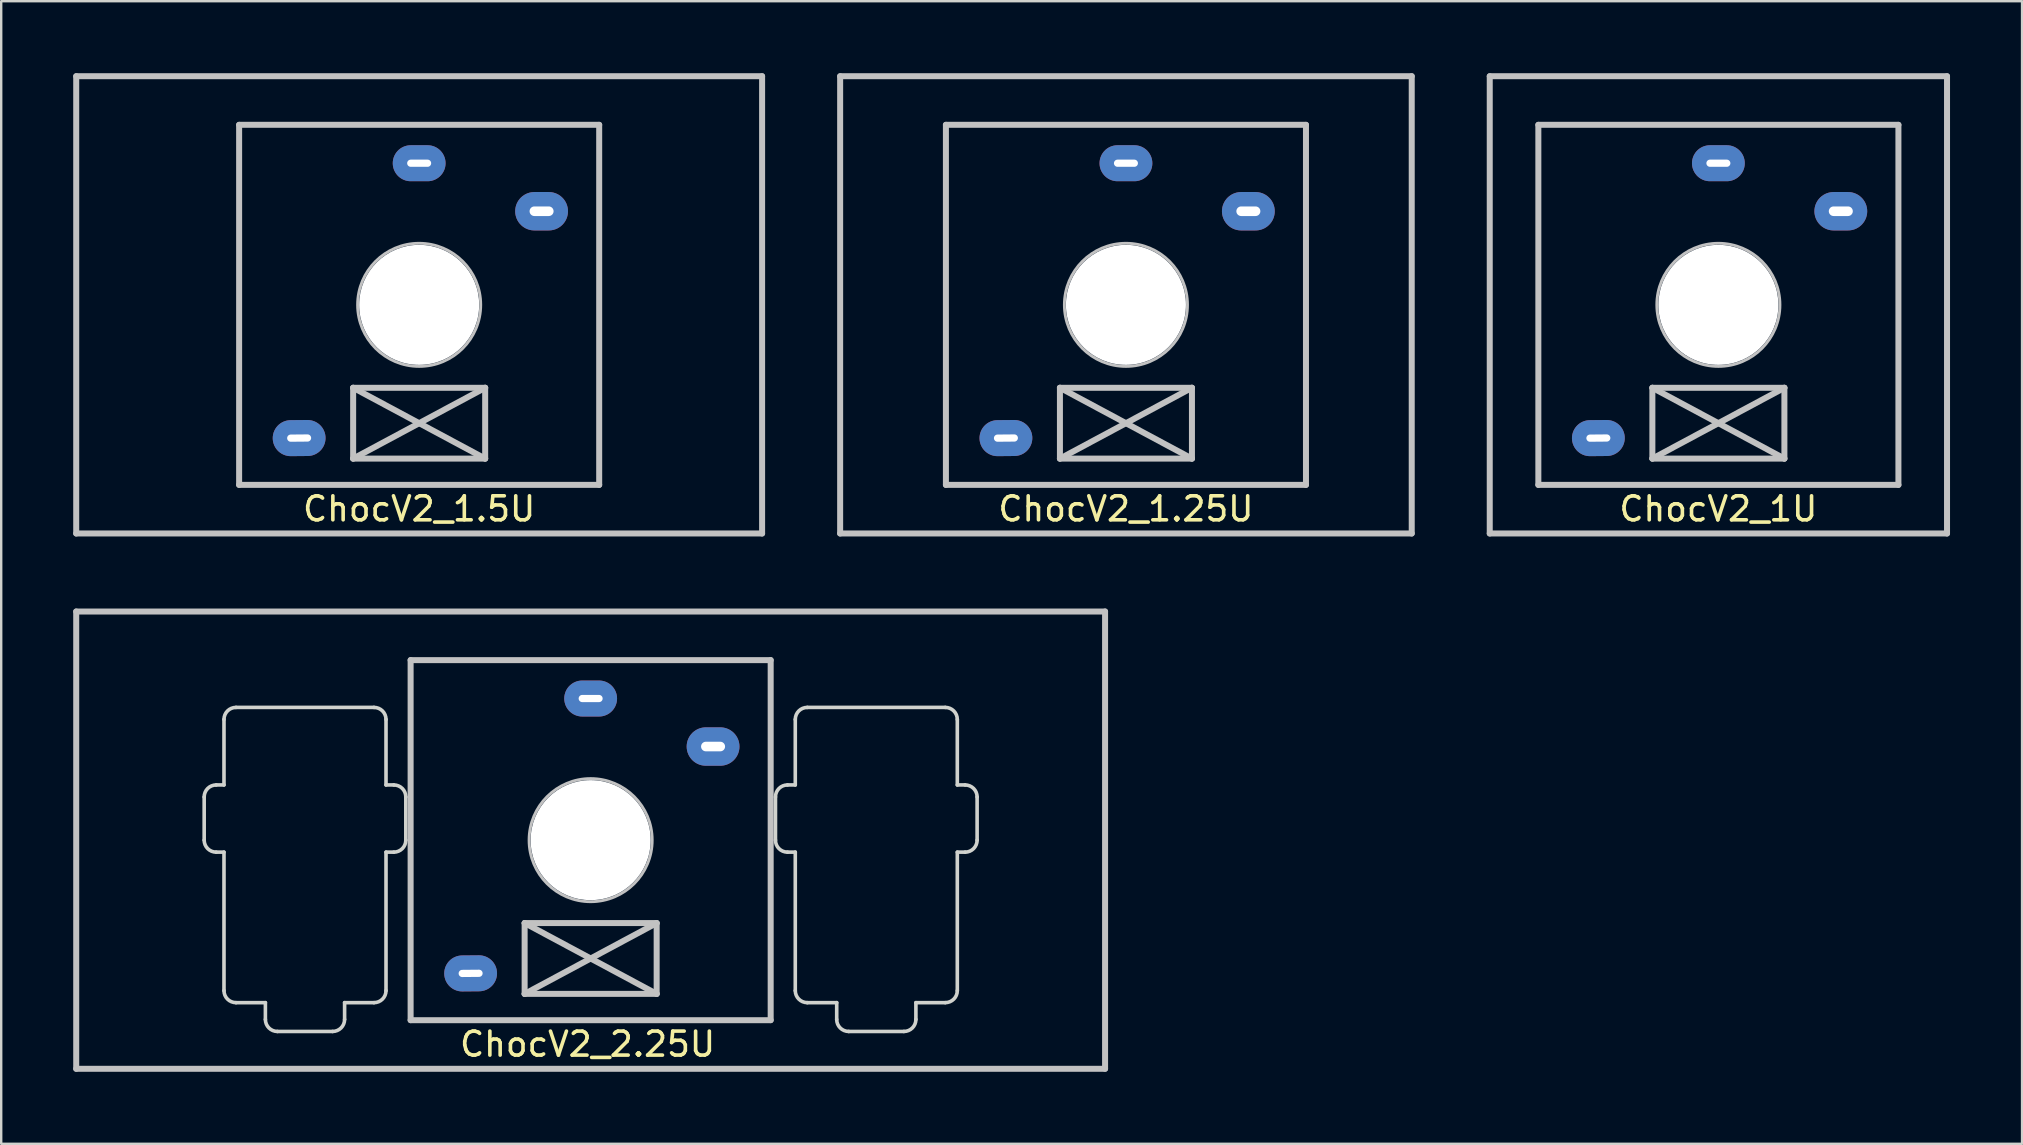
<source format=kicad_pcb>
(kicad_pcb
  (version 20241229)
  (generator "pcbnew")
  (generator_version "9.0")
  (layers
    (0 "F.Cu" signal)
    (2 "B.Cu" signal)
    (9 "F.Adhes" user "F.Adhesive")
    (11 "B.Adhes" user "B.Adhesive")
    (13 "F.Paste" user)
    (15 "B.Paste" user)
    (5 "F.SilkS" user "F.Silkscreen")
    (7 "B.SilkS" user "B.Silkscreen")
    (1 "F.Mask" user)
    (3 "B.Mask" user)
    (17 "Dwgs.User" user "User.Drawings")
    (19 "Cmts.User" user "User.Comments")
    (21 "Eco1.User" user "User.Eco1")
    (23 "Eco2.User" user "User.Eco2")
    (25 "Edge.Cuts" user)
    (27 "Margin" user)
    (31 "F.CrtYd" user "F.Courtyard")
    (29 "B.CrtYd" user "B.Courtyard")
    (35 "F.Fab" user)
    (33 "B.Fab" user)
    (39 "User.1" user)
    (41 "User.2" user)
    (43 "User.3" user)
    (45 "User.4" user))
  (footprint "ChocV2_1U"
    (layer "F.Cu")
    (at 68.537 9.65)
    (property "Reference" "ChocV2_1U" (at 0 8.5 0) (layer "F.SilkS") (effects (font (size 1 1) (thickness 0.15))))
    (attr through_hole)
    (fp_line (start -9.525 9.525) (end -9.525 -9.525) (stroke (width 0.25) (type solid)) (layer "Dwgs.User"))
    (fp_line (start -9.525 9.525) (end 9.525 9.525) (stroke (width 0.25) (type solid)) (layer "Dwgs.User"))
    (fp_line (start -7.5 -7.5) (end 7.5 -7.5) (stroke (width 0.25) (type solid)) (layer "Dwgs.User"))
    (fp_line (start -7.5 7.5) (end -7.5 -7.5) (stroke (width 0.25) (type solid)) (layer "Dwgs.User"))
    (fp_line (start -2.75 3.455) (end -2.75 6.405) (stroke (width 0.25) (type solid)) (layer "Dwgs.User"))
    (fp_line (start -2.75 3.455) (end 2.75 6.405) (stroke (width 0.25) (type solid)) (layer "Dwgs.User"))
    (fp_line (start -2.75 6.405) (end 2.75 3.455) (stroke (width 0.25) (type solid)) (layer "Dwgs.User"))
    (fp_line (start -2.75 6.405) (end 2.75 6.405) (stroke (width 0.25) (type solid)) (layer "Dwgs.User"))
    (fp_line (start 2.75 3.455) (end -2.75 3.455) (stroke (width 0.25) (type solid)) (layer "Dwgs.User"))
    (fp_line (start 2.75 6.405) (end 2.75 3.455) (stroke (width 0.25) (type solid)) (layer "Dwgs.User"))
    (fp_line (start 7.5 -7.5) (end 7.5 7.5) (stroke (width 0.25) (type solid)) (layer "Dwgs.User"))
    (fp_line (start 7.5 7.5) (end -7.5 7.5) (stroke (width 0.25) (type solid)) (layer "Dwgs.User"))
    (fp_line (start 9.525 -9.525) (end -9.525 -9.525) (stroke (width 0.25) (type solid)) (layer "Dwgs.User"))
    (fp_line (start 9.525 -9.525) (end 9.525 9.525) (stroke (width 0.25) (type solid)) (layer "Dwgs.User"))
    (fp_circle (center 0 0) (end -0.711 -2.464) (stroke (width 0.12) (type solid)) (fill no) (layer "Dwgs.User"))
    (pad "" np_thru_hole circle (at 0 0 90) (size 5 5) (drill 5) (layers "*.Cu" "*.Mask"))
    (pad "1" thru_hole oval (at 5.1 -3.9 180) (size 2.2 1.6) (drill oval 1 0.4) (layers "*.Cu" "B.Mask"))
    (pad "2" thru_hole oval (at 0 -5.9 180) (size 2.2 1.5) (drill oval 1 0.3) (layers "*.Cu" "B.Mask"))
    (pad "NC" thru_hole oval (at -5 5.55 180.5) (size 2.2 1.5) (drill oval 1 0.3) (layers "*.Cu" "B.Mask")))
  (footprint "ChocV2_1.25U"
    (layer "F.Cu")
    (at 43.856 9.65)
    (property "Reference" "ChocV2_1.25U" (at 0 8.5 0) (layer "F.SilkS") (effects (font (size 1 1) (thickness 0.15))))
    (attr through_hole)
    (fp_line (start -11.906 9.525) (end -11.906 -9.525) (stroke (width 0.25) (type solid)) (layer "Dwgs.User"))
    (fp_line (start -11.906 9.525) (end 11.906 9.525) (stroke (width 0.25) (type solid)) (layer "Dwgs.User"))
    (fp_line (start -7.5 -7.5) (end 7.5 -7.5) (stroke (width 0.25) (type solid)) (layer "Dwgs.User"))
    (fp_line (start -7.5 7.5) (end -7.5 -7.5) (stroke (width 0.25) (type solid)) (layer "Dwgs.User"))
    (fp_line (start -2.75 3.455) (end -2.75 6.405) (stroke (width 0.25) (type solid)) (layer "Dwgs.User"))
    (fp_line (start -2.75 3.455) (end 2.75 6.405) (stroke (width 0.25) (type solid)) (layer "Dwgs.User"))
    (fp_line (start -2.75 6.405) (end 2.75 3.455) (stroke (width 0.25) (type solid)) (layer "Dwgs.User"))
    (fp_line (start -2.75 6.405) (end 2.75 6.405) (stroke (width 0.25) (type solid)) (layer "Dwgs.User"))
    (fp_line (start 2.75 3.455) (end -2.75 3.455) (stroke (width 0.25) (type solid)) (layer "Dwgs.User"))
    (fp_line (start 2.75 6.405) (end 2.75 3.455) (stroke (width 0.25) (type solid)) (layer "Dwgs.User"))
    (fp_line (start 7.5 -7.5) (end 7.5 7.5) (stroke (width 0.25) (type solid)) (layer "Dwgs.User"))
    (fp_line (start 7.5 7.5) (end -7.5 7.5) (stroke (width 0.25) (type solid)) (layer "Dwgs.User"))
    (fp_line (start 11.906 -9.525) (end -11.906 -9.525) (stroke (width 0.25) (type solid)) (layer "Dwgs.User"))
    (fp_line (start 11.906 -9.525) (end 11.906 9.525) (stroke (width 0.25) (type solid)) (layer "Dwgs.User"))
    (fp_circle (center 0 0) (end -0.711 -2.464) (stroke (width 0.12) (type solid)) (fill no) (layer "Dwgs.User"))
    (pad "" np_thru_hole circle (at 0 0 90) (size 5 5) (drill 5) (layers "*.Cu" "*.Mask"))
    (pad "1" thru_hole oval (at 5.1 -3.9 180) (size 2.2 1.6) (drill oval 1 0.4) (layers "*.Cu" "B.Mask"))
    (pad "2" thru_hole oval (at 0 -5.9 180) (size 2.2 1.5) (drill oval 1 0.3) (layers "*.Cu" "B.Mask"))
    (pad "NC" thru_hole oval (at -5 5.55 180.5) (size 2.2 1.5) (drill oval 1 0.3) (layers "*.Cu" "B.Mask")))
  (footprint "ChocV2_1.5U"
    (layer "F.Cu")
    (at 14.412 9.65)
    (property "Reference" "ChocV2_1.5U" (at 0 8.5 0) (layer "F.SilkS") (effects (font (size 1 1) (thickness 0.15))))
    (attr through_hole)
    (fp_line (start -14.287 9.525) (end -14.287 -9.525) (stroke (width 0.25) (type solid)) (layer "Dwgs.User"))
    (fp_line (start -14.287 9.525) (end 14.287 9.525) (stroke (width 0.25) (type solid)) (layer "Dwgs.User"))
    (fp_line (start -7.5 -7.5) (end 7.5 -7.5) (stroke (width 0.25) (type solid)) (layer "Dwgs.User"))
    (fp_line (start -7.5 7.5) (end -7.5 -7.5) (stroke (width 0.25) (type solid)) (layer "Dwgs.User"))
    (fp_line (start -2.75 3.455) (end -2.75 6.405) (stroke (width 0.25) (type solid)) (layer "Dwgs.User"))
    (fp_line (start -2.75 3.455) (end 2.75 6.405) (stroke (width 0.25) (type solid)) (layer "Dwgs.User"))
    (fp_line (start -2.75 6.405) (end 2.75 3.455) (stroke (width 0.25) (type solid)) (layer "Dwgs.User"))
    (fp_line (start -2.75 6.405) (end 2.75 6.405) (stroke (width 0.25) (type solid)) (layer "Dwgs.User"))
    (fp_line (start 2.75 3.455) (end -2.75 3.455) (stroke (width 0.25) (type solid)) (layer "Dwgs.User"))
    (fp_line (start 2.75 6.405) (end 2.75 3.455) (stroke (width 0.25) (type solid)) (layer "Dwgs.User"))
    (fp_line (start 7.5 -7.5) (end 7.5 7.5) (stroke (width 0.25) (type solid)) (layer "Dwgs.User"))
    (fp_line (start 7.5 7.5) (end -7.5 7.5) (stroke (width 0.25) (type solid)) (layer "Dwgs.User"))
    (fp_line (start 14.287 -9.525) (end -14.287 -9.525) (stroke (width 0.25) (type solid)) (layer "Dwgs.User"))
    (fp_line (start 14.287 -9.525) (end 14.287 9.525) (stroke (width 0.25) (type solid)) (layer "Dwgs.User"))
    (fp_circle (center 0 0) (end -0.711 -2.464) (stroke (width 0.12) (type solid)) (fill no) (layer "Dwgs.User"))
    (pad "" np_thru_hole circle (at 0 0 90) (size 5 5) (drill 5) (layers "*.Cu" "*.Mask"))
    (pad "1" thru_hole oval (at 5.1 -3.9 180) (size 2.2 1.6) (drill oval 1 0.4) (layers "*.Cu" "B.Mask"))
    (pad "2" thru_hole oval (at 0 -5.9 180) (size 2.2 1.5) (drill oval 1 0.3) (layers "*.Cu" "B.Mask"))
    (pad "NC" thru_hole oval (at -5 5.55 180.5) (size 2.2 1.5) (drill oval 1 0.3) (layers "*.Cu" "B.Mask")))
  (footprint "ChocV2_2.25U"
    (layer "F.Cu")
    (at 21.556 31.95)
    (property "Reference" "ChocV2_2.25U" (at -0.127 8.5 0) (layer "F.SilkS") (effects (font (size 1 1) (thickness 0.15))))
    (attr through_hole)
    (fp_line (start -21.431 -9.525) (end 21.431 -9.525) (stroke (width 0.25) (type solid)) (layer "Dwgs.User"))
    (fp_line (start -21.431 9.525) (end -21.431 -9.525) (stroke (width 0.25) (type solid)) (layer "Dwgs.User"))
    (fp_line (start -21.431 9.525) (end 21.431 9.525) (stroke (width 0.25) (type solid)) (layer "Dwgs.User"))
    (fp_line (start -7.5 -7.5) (end 7.5 -7.5) (stroke (width 0.25) (type solid)) (layer "Dwgs.User"))
    (fp_line (start -7.5 7.5) (end -7.5 -7.5) (stroke (width 0.25) (type solid)) (layer "Dwgs.User"))
    (fp_line (start -2.75 3.455) (end -2.75 6.405) (stroke (width 0.25) (type solid)) (layer "Dwgs.User"))
    (fp_line (start -2.75 3.455) (end 2.75 6.405) (stroke (width 0.25) (type solid)) (layer "Dwgs.User"))
    (fp_line (start -2.75 6.405) (end 2.75 3.455) (stroke (width 0.25) (type solid)) (layer "Dwgs.User"))
    (fp_line (start -2.75 6.405) (end 2.75 6.405) (stroke (width 0.25) (type solid)) (layer "Dwgs.User"))
    (fp_line (start 2.75 3.455) (end -2.75 3.455) (stroke (width 0.25) (type solid)) (layer "Dwgs.User"))
    (fp_line (start 2.75 6.405) (end 2.75 3.455) (stroke (width 0.25) (type solid)) (layer "Dwgs.User"))
    (fp_line (start 7.5 -7.5) (end 7.5 7.5) (stroke (width 0.25) (type solid)) (layer "Dwgs.User"))
    (fp_line (start 7.5 7.5) (end -7.5 7.5) (stroke (width 0.25) (type solid)) (layer "Dwgs.User"))
    (fp_line (start 21.431 -9.525) (end 21.431 9.525) (stroke (width 0.25) (type solid)) (layer "Dwgs.User"))
    (fp_circle (center 0 0) (end -0.711 -2.464) (stroke (width 0.12) (type solid)) (fill no) (layer "Dwgs.User"))
    (fp_line (start -16.1 -1.799) (end -16.1 -0.00025) (stroke (width 0.15) (type solid)) (layer "Edge.Cuts"))
    (fp_line (start -15.6 0.5) (end -15.275 0.5) (stroke (width 0.15) (type solid)) (layer "Edge.Cuts"))
    (fp_line (start -15.275 -5.029) (end -15.275 -2.299) (stroke (width 0.15) (type solid)) (layer "Edge.Cuts"))
    (fp_line (start -15.275 -2.299) (end -15.6 -2.299) (stroke (width 0.15) (type solid)) (layer "Edge.Cuts"))
    (fp_line (start -15.275 0.5) (end -15.275 6.27) (stroke (width 0.15) (type solid)) (layer "Edge.Cuts"))
    (fp_line (start -14.775 6.77) (end -13.55 6.77) (stroke (width 0.15) (type solid)) (layer "Edge.Cuts"))
    (fp_line (start -14.775 -5.529) (end -9.025 -5.529) (stroke (width 0.15) (type solid)) (layer "Edge.Cuts"))
    (fp_line (start -13.55 6.77) (end -13.55 7.47) (stroke (width 0.15) (type solid)) (layer "Edge.Cuts"))
    (fp_line (start -10.75 7.97) (end -13.05 7.97) (stroke (width 0.15) (type solid)) (layer "Edge.Cuts"))
    (fp_line (start -10.25 6.77) (end -9.025 6.77) (stroke (width 0.15) (type solid)) (layer "Edge.Cuts"))
    (fp_line (start -10.25 7.47) (end -10.25 6.77) (stroke (width 0.15) (type solid)) (layer "Edge.Cuts"))
    (fp_line (start -8.525 0.5) (end -8.525 6.27) (stroke (width 0.15) (type solid)) (layer "Edge.Cuts"))
    (fp_line (start -8.525 -2.299) (end -8.2 -2.299) (stroke (width 0.15) (type solid)) (layer "Edge.Cuts"))
    (fp_line (start -8.525 -5.029) (end -8.525 -2.299) (stroke (width 0.15) (type solid)) (layer "Edge.Cuts"))
    (fp_line (start -8.2 0.5) (end -8.525 0.5) (stroke (width 0.15) (type solid)) (layer "Edge.Cuts"))
    (fp_line (start -7.7 -1.799) (end -7.7 -0.000156) (stroke (width 0.15) (type solid)) (layer "Edge.Cuts"))
    (fp_line (start 7.7 -1.799) (end 7.7 -0.000156) (stroke (width 0.15) (type solid)) (layer "Edge.Cuts"))
    (fp_line (start 8.2 0.5) (end 8.525 0.5) (stroke (width 0.15) (type solid)) (layer "Edge.Cuts"))
    (fp_line (start 8.525 -2.299) (end 8.2 -2.299) (stroke (width 0.15) (type solid)) (layer "Edge.Cuts"))
    (fp_line (start 8.525 0.5) (end 8.525 6.27) (stroke (width 0.15) (type solid)) (layer "Edge.Cuts"))
    (fp_line (start 8.525 -5.029) (end 8.525 -2.299) (stroke (width 0.15) (type solid)) (layer "Edge.Cuts"))
    (fp_line (start 9.025 6.77) (end 10.251 6.77) (stroke (width 0.15) (type solid)) (layer "Edge.Cuts"))
    (fp_line (start 10.251 6.77) (end 10.251 7.47) (stroke (width 0.15) (type solid)) (layer "Edge.Cuts"))
    (fp_line (start 10.751 7.97) (end 13.05 7.97) (stroke (width 0.15) (type solid)) (layer "Edge.Cuts"))
    (fp_line (start 13.55 6.77) (end 14.775 6.77) (stroke (width 0.15) (type solid)) (layer "Edge.Cuts"))
    (fp_line (start 13.55 7.47) (end 13.55 6.77) (stroke (width 0.15) (type solid)) (layer "Edge.Cuts"))
    (fp_line (start 14.775 -5.529) (end 9.025 -5.529) (stroke (width 0.15) (type solid)) (layer "Edge.Cuts"))
    (fp_line (start 15.275 -2.299) (end 15.275 -5.029) (stroke (width 0.15) (type solid)) (layer "Edge.Cuts"))
    (fp_line (start 15.275 0.5) (end 15.6 0.5) (stroke (width 0.15) (type solid)) (layer "Edge.Cuts"))
    (fp_line (start 15.275 6.27) (end 15.275 0.5) (stroke (width 0.15) (type solid)) (layer "Edge.Cuts"))
    (fp_line (start 15.6 -2.299) (end 15.275 -2.299) (stroke (width 0.15) (type solid)) (layer "Edge.Cuts"))
    (fp_line (start 16.1 -0.00025) (end 16.1 -1.799) (stroke (width 0.15) (type solid)) (layer "Edge.Cuts"))
    (fp_arc (start -16.100249 -1.799149) (mid -15.953803 -2.152703) (end -15.60025 -2.29915) (stroke (width 0.15) (type solid)) (layer "Edge.Cuts"))
    (fp_arc (start -15.600249 0.499751) (mid -15.953803 0.353304) (end -16.10025 -0.00025) (stroke (width 0.15) (type solid)) (layer "Edge.Cuts"))
    (fp_arc (start -15.274751 -5.029249) (mid -15.128304 -5.382803) (end -14.77475 -5.52925) (stroke (width 0.15) (type solid)) (layer "Edge.Cuts"))
    (fp_arc (start -14.77475 6.769649) (mid -15.128303 6.623202) (end -15.27475 6.269649) (stroke (width 0.15) (type solid)) (layer "Edge.Cuts"))
    (fp_arc (start -13.04965 7.969849) (mid -13.403203 7.823402) (end -13.54965 7.469849) (stroke (width 0.15) (type solid)) (layer "Edge.Cuts"))
    (fp_arc (start -10.25045 7.469849) (mid -10.396897 7.823402) (end -10.75045 7.969849) (stroke (width 0.15) (type solid)) (layer "Edge.Cuts"))
    (fp_arc (start -9.025049 -5.529186) (mid -8.671499 -5.382731) (end -8.525061 -5.029174) (stroke (width 0.15) (type solid)) (layer "Edge.Cuts"))
    (fp_arc (start -8.525312 6.269724) (mid -8.671766 6.623274) (end -9.025323 6.769713) (stroke (width 0.15) (type solid)) (layer "Edge.Cuts"))
    (fp_arc (start -8.199621 -2.299067) (mid -7.846071 -2.152613) (end -7.699632 -1.799056) (stroke (width 0.15) (type solid)) (layer "Edge.Cuts"))
    (fp_arc (start -7.699673 -0.000156) (mid -7.846127 0.353393) (end -8.199683 0.499832) (stroke (width 0.15) (type solid)) (layer "Edge.Cuts"))
    (fp_arc (start 7.699632 -1.799056) (mid 7.846071 -2.152613) (end 8.199621 -2.299067) (stroke (width 0.15) (type solid)) (layer "Edge.Cuts"))
    (fp_arc (start 8.199683 0.499833) (mid 7.846126 0.353394) (end 7.699672 -0.000156) (stroke (width 0.15) (type solid)) (layer "Edge.Cuts"))
    (fp_arc (start 8.525449 -5.029251) (mid 8.671896 -5.382804) (end 9.02545 -5.52925) (stroke (width 0.15) (type solid)) (layer "Edge.Cuts"))
    (fp_arc (start 9.025451 6.769649) (mid 8.671905 6.623211) (end 8.52545 6.269673) (stroke (width 0.15) (type solid)) (layer "Edge.Cuts"))
    (fp_arc (start 10.75055 7.969849) (mid 10.396997 7.823402) (end 10.25055 7.469849) (stroke (width 0.15) (type solid)) (layer "Edge.Cuts"))
    (fp_arc (start 13.549649 7.469849) (mid 13.403202 7.823402) (end 13.049649 7.969849) (stroke (width 0.15) (type solid)) (layer "Edge.Cuts"))
    (fp_arc (start 14.774749 -5.529249) (mid 15.128302 -5.382802) (end 15.274749 -5.029249) (stroke (width 0.15) (type solid)) (layer "Edge.Cuts"))
    (fp_arc (start 15.274749 6.269649) (mid 15.128302 6.623202) (end 14.774749 6.769649) (stroke (width 0.15) (type solid)) (layer "Edge.Cuts"))
    (fp_arc (start 15.600249 -2.29915) (mid 15.953802 -2.152703) (end 16.100249 -1.79915) (stroke (width 0.15) (type solid)) (layer "Edge.Cuts"))
    (fp_arc (start 16.100248 -0.00025) (mid 15.953802 0.353303) (end 15.600249 0.499749) (stroke (width 0.15) (type solid)) (layer "Edge.Cuts"))
    (pad "" np_thru_hole circle (at 0 0 90) (size 5 5) (drill 5) (layers "*.Cu" "*.Mask"))
    (pad "1" thru_hole oval (at 5.1 -3.9 180) (size 2.2 1.6) (drill oval 1 0.4) (layers "*.Cu" "B.Mask"))
    (pad "2" thru_hole oval (at 0 -5.9 180) (size 2.2 1.5) (drill oval 1 0.3) (layers "*.Cu" "B.Mask"))
    (pad "NC" thru_hole oval (at -5 5.55 180.5) (size 2.2 1.5) (drill oval 1 0.3) (layers "*.Cu" "B.Mask")))
  (gr_rect
    (start -3 -3)
    (end 81.188 44.6)
    (stroke (width 0.1) (type default))
    (fill no)
    (layer "Edge.Cuts")))
</source>
